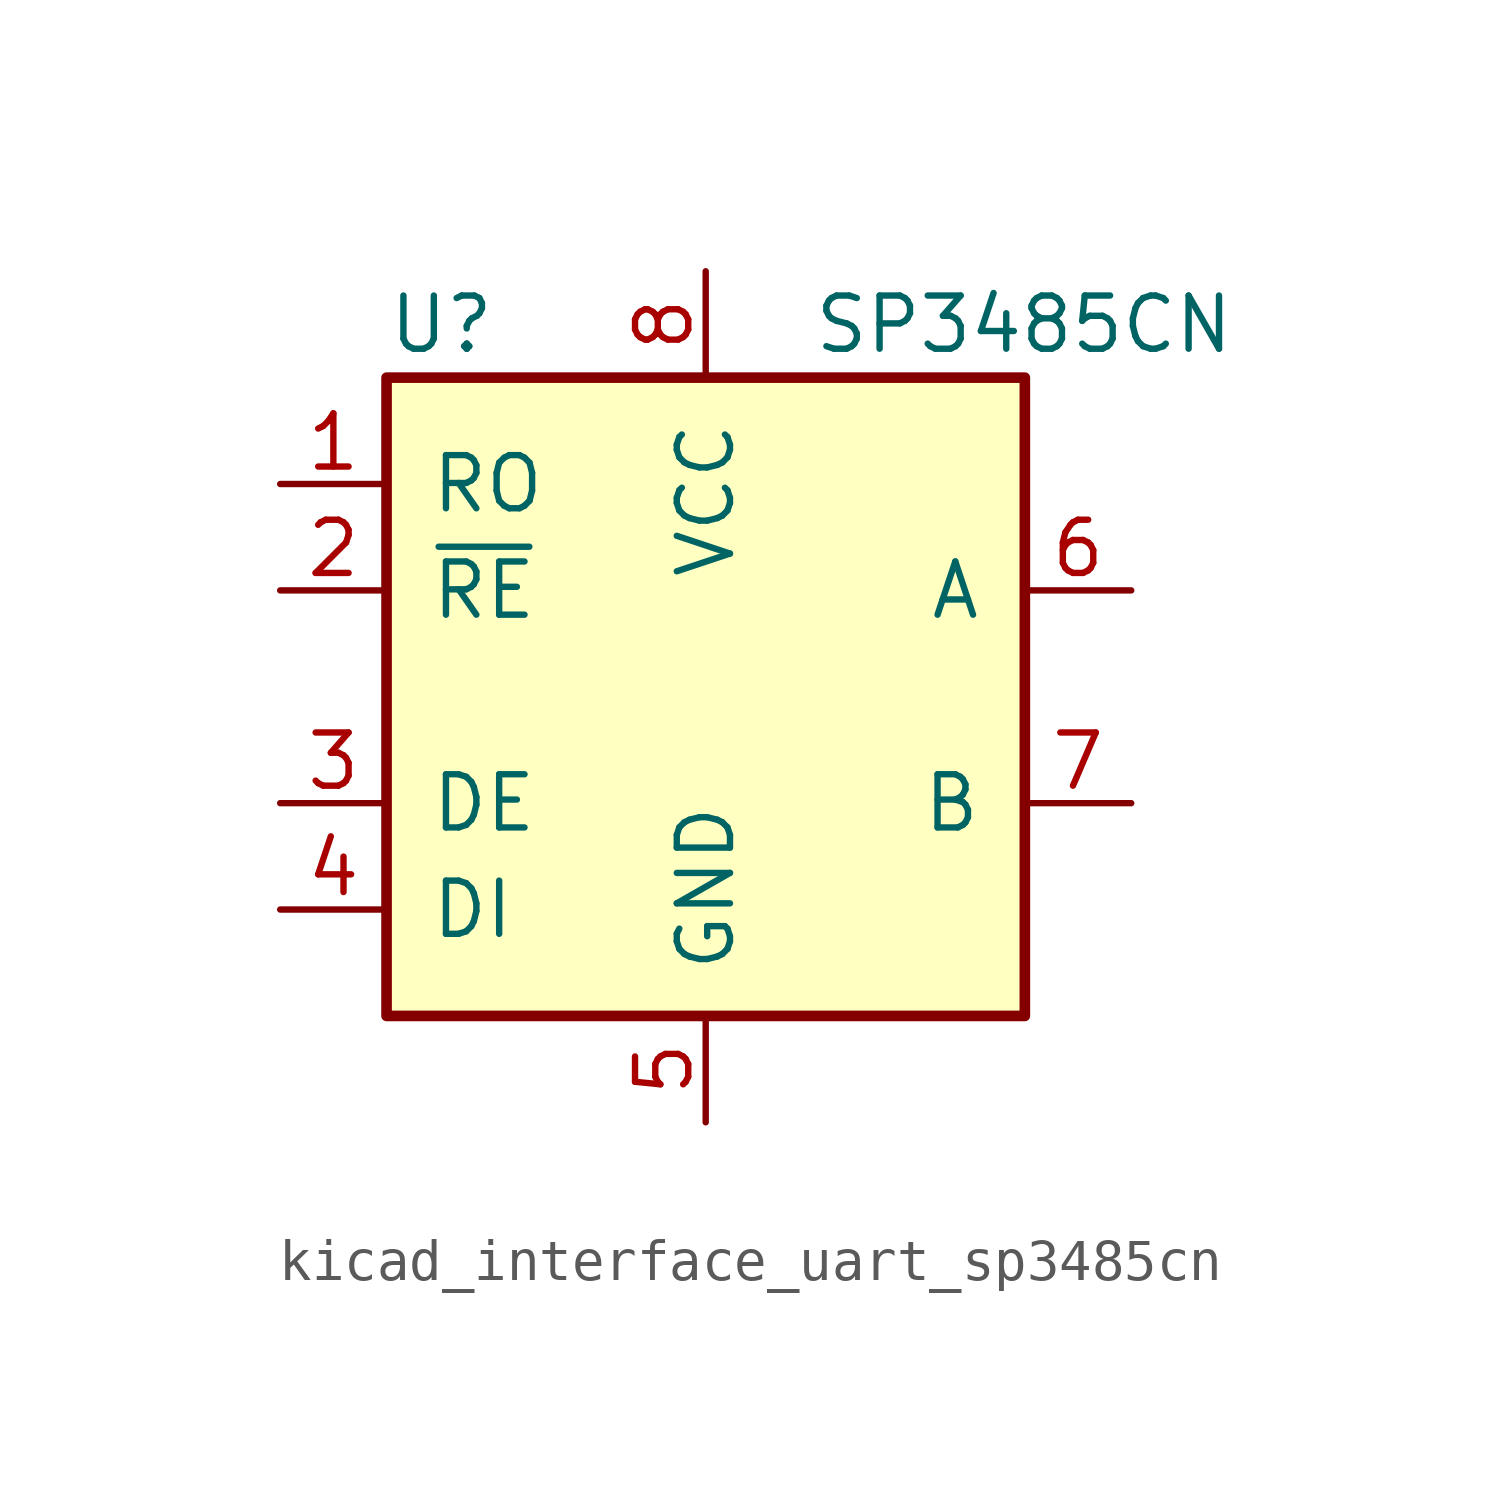
<source format=kicad_sym>
(kicad_symbol_lib
  (version 20220914)
  (generator kicad_symbol_editor)
  (symbol "kicad_interface_uart_sp3485cn"
    (pin_names
      (offset 1.016))
    (property "Reference" "U"
      (at -7.62 8.89 0)
      (effects (font (size 1.27 1.27)) (justify left)))
    (property "Value" "SP3485CN"
      (at 2.54 8.89 0)
      (effects (font (size 1.27 1.27)) (justify left)))
    (symbol "kicad_interface_uart_sp3485cn_0_1"
      (rectangle (start -7.62 7.62) (end 7.62 -7.62) (stroke (width 0.254) (type default)) (fill (type background))))
    (symbol "kicad_interface_uart_sp3485cn_1_1"
      (pin output line (at -10.16 5.08 0) (length 2.54) (name "RO" (effects (font (size 1.27 1.27)))) (number "1" (effects (font (size 1.27 1.27)))))
      (pin input line (at -10.16 2.54 0) (length 2.54) (name "~{RE}" (effects (font (size 1.27 1.27)))) (number "2" (effects (font (size 1.27 1.27)))))
      (pin input line (at -10.16 -2.54 0) (length 2.54) (name "DE" (effects (font (size 1.27 1.27)))) (number "3" (effects (font (size 1.27 1.27)))))
      (pin input line (at -10.16 -5.08 0) (length 2.54) (name "DI" (effects (font (size 1.27 1.27)))) (number "4" (effects (font (size 1.27 1.27)))))
      (pin power_in line (at 0 -10.16 90) (length 2.54) (name "GND" (effects (font (size 1.27 1.27)))) (number "5" (effects (font (size 1.27 1.27)))))
      (pin bidirectional line (at 10.16 2.54 180) (length 2.54) (name "A" (effects (font (size 1.27 1.27)))) (number "6" (effects (font (size 1.27 1.27)))))
      (pin bidirectional line (at 10.16 -2.54 180) (length 2.54) (name "B" (effects (font (size 1.27 1.27)))) (number "7" (effects (font (size 1.27 1.27)))))
      (pin power_in line (at 0 10.16 270) (length 2.54) (name "VCC" (effects (font (size 1.27 1.27)))) (number "8" (effects (font (size 1.27 1.27))))))))
</source>
